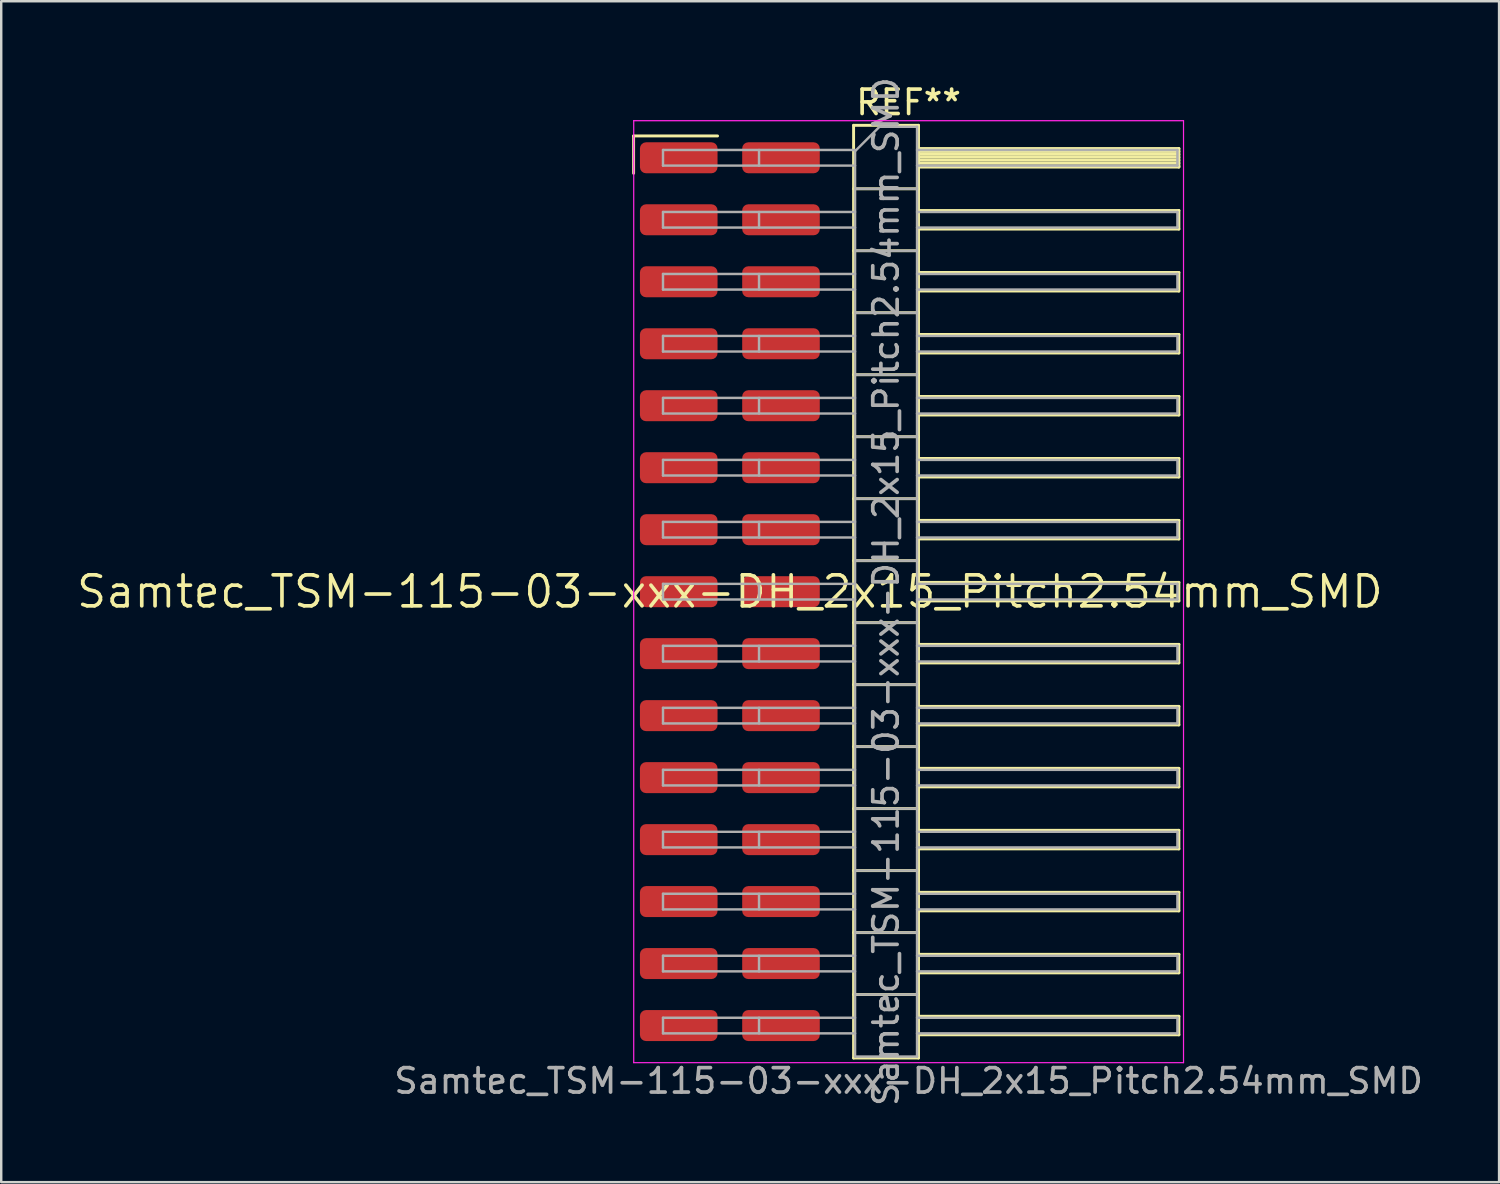
<source format=kicad_pcb>
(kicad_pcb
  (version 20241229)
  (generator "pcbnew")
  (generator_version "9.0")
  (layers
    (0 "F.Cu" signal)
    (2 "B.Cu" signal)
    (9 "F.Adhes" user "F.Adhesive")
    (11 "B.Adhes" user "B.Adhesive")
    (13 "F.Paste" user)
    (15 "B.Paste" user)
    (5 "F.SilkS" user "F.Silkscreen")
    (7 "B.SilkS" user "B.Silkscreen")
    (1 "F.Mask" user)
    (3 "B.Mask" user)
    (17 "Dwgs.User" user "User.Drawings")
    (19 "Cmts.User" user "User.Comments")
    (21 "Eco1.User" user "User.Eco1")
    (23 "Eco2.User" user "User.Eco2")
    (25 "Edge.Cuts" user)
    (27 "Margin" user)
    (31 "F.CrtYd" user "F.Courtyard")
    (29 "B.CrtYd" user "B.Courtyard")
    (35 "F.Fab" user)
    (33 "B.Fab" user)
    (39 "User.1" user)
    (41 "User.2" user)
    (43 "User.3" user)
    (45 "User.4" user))
  (footprint "Samtec_TSM-115-03-xxx-DH_2x15_Pitch2.54mm_SMD"
    (layer "F.Cu")
    (at 26.859 21.196)
    (property "Reference" "Samtec_TSM-115-03-xxx-DH_2x15_Pitch2.54mm_SMD" (at 0 0 0) (layer "F.SilkS") (effects (font (size 1.27 1.27) (thickness 0.15))))
    (attr smd)
    (fp_line (start -3.945 -18.675) (end -0.505 -18.675) (stroke (width 0.12) (type solid)) (layer "F.SilkS"))
    (fp_line (start -3.945 -17.145) (end -3.945 -18.675) (stroke (width 0.12) (type solid)) (layer "F.SilkS"))
    (fp_line (start 5.07 -19.11) (end 7.73 -19.11) (stroke (width 0.12) (type solid)) (layer "F.SilkS"))
    (fp_line (start 5.07 -16.51) (end 7.73 -16.51) (stroke (width 0.12) (type solid)) (layer "F.SilkS"))
    (fp_line (start 5.07 -13.97) (end 7.73 -13.97) (stroke (width 0.12) (type solid)) (layer "F.SilkS"))
    (fp_line (start 5.07 -11.43) (end 7.73 -11.43) (stroke (width 0.12) (type solid)) (layer "F.SilkS"))
    (fp_line (start 5.07 -8.89) (end 7.73 -8.89) (stroke (width 0.12) (type solid)) (layer "F.SilkS"))
    (fp_line (start 5.07 -6.35) (end 7.73 -6.35) (stroke (width 0.12) (type solid)) (layer "F.SilkS"))
    (fp_line (start 5.07 -3.81) (end 7.73 -3.81) (stroke (width 0.12) (type solid)) (layer "F.SilkS"))
    (fp_line (start 5.07 -1.27) (end 7.73 -1.27) (stroke (width 0.12) (type solid)) (layer "F.SilkS"))
    (fp_line (start 5.07 1.27) (end 7.73 1.27) (stroke (width 0.12) (type solid)) (layer "F.SilkS"))
    (fp_line (start 5.07 3.81) (end 7.73 3.81) (stroke (width 0.12) (type solid)) (layer "F.SilkS"))
    (fp_line (start 5.07 6.35) (end 7.73 6.35) (stroke (width 0.12) (type solid)) (layer "F.SilkS"))
    (fp_line (start 5.07 8.89) (end 7.73 8.89) (stroke (width 0.12) (type solid)) (layer "F.SilkS"))
    (fp_line (start 5.07 11.43) (end 7.73 11.43) (stroke (width 0.12) (type solid)) (layer "F.SilkS"))
    (fp_line (start 5.07 13.97) (end 7.73 13.97) (stroke (width 0.12) (type solid)) (layer "F.SilkS"))
    (fp_line (start 5.07 16.51) (end 7.73 16.51) (stroke (width 0.12) (type solid)) (layer "F.SilkS"))
    (fp_line (start 5.07 19.11) (end 5.07 -19.11) (stroke (width 0.12) (type solid)) (layer "F.SilkS"))
    (fp_line (start 7.73 -19.11) (end 7.73 19.11) (stroke (width 0.12) (type solid)) (layer "F.SilkS"))
    (fp_line (start 7.73 -18.16) (end 18.4 -18.16) (stroke (width 0.12) (type solid)) (layer "F.SilkS"))
    (fp_line (start 7.73 -18.04) (end 18.4 -18.04) (stroke (width 0.12) (type solid)) (layer "F.SilkS"))
    (fp_line (start 7.73 -17.92) (end 18.4 -17.92) (stroke (width 0.12) (type solid)) (layer "F.SilkS"))
    (fp_line (start 7.73 -17.8) (end 18.4 -17.8) (stroke (width 0.12) (type solid)) (layer "F.SilkS"))
    (fp_line (start 7.73 -17.68) (end 18.4 -17.68) (stroke (width 0.12) (type solid)) (layer "F.SilkS"))
    (fp_line (start 7.73 -17.56) (end 18.4 -17.56) (stroke (width 0.12) (type solid)) (layer "F.SilkS"))
    (fp_line (start 7.73 -17.44) (end 18.4 -17.44) (stroke (width 0.12) (type solid)) (layer "F.SilkS"))
    (fp_line (start 7.73 -17.4) (end 18.4 -17.4) (stroke (width 0.12) (type solid)) (layer "F.SilkS"))
    (fp_line (start 7.73 -15.62) (end 18.4 -15.62) (stroke (width 0.12) (type solid)) (layer "F.SilkS"))
    (fp_line (start 7.73 -14.86) (end 18.4 -14.86) (stroke (width 0.12) (type solid)) (layer "F.SilkS"))
    (fp_line (start 7.73 -13.08) (end 18.4 -13.08) (stroke (width 0.12) (type solid)) (layer "F.SilkS"))
    (fp_line (start 7.73 -12.32) (end 18.4 -12.32) (stroke (width 0.12) (type solid)) (layer "F.SilkS"))
    (fp_line (start 7.73 -10.54) (end 18.4 -10.54) (stroke (width 0.12) (type solid)) (layer "F.SilkS"))
    (fp_line (start 7.73 -9.78) (end 18.4 -9.78) (stroke (width 0.12) (type solid)) (layer "F.SilkS"))
    (fp_line (start 7.73 -8) (end 18.4 -8) (stroke (width 0.12) (type solid)) (layer "F.SilkS"))
    (fp_line (start 7.73 -7.24) (end 18.4 -7.24) (stroke (width 0.12) (type solid)) (layer "F.SilkS"))
    (fp_line (start 7.73 -5.46) (end 18.4 -5.46) (stroke (width 0.12) (type solid)) (layer "F.SilkS"))
    (fp_line (start 7.73 -4.7) (end 18.4 -4.7) (stroke (width 0.12) (type solid)) (layer "F.SilkS"))
    (fp_line (start 7.73 -2.92) (end 18.4 -2.92) (stroke (width 0.12) (type solid)) (layer "F.SilkS"))
    (fp_line (start 7.73 -2.16) (end 18.4 -2.16) (stroke (width 0.12) (type solid)) (layer "F.SilkS"))
    (fp_line (start 7.73 -0.38) (end 18.4 -0.38) (stroke (width 0.12) (type solid)) (layer "F.SilkS"))
    (fp_line (start 7.73 0.38) (end 18.4 0.38) (stroke (width 0.12) (type solid)) (layer "F.SilkS"))
    (fp_line (start 7.73 2.16) (end 18.4 2.16) (stroke (width 0.12) (type solid)) (layer "F.SilkS"))
    (fp_line (start 7.73 2.92) (end 18.4 2.92) (stroke (width 0.12) (type solid)) (layer "F.SilkS"))
    (fp_line (start 7.73 4.7) (end 18.4 4.7) (stroke (width 0.12) (type solid)) (layer "F.SilkS"))
    (fp_line (start 7.73 5.46) (end 18.4 5.46) (stroke (width 0.12) (type solid)) (layer "F.SilkS"))
    (fp_line (start 7.73 7.24) (end 18.4 7.24) (stroke (width 0.12) (type solid)) (layer "F.SilkS"))
    (fp_line (start 7.73 8) (end 18.4 8) (stroke (width 0.12) (type solid)) (layer "F.SilkS"))
    (fp_line (start 7.73 9.78) (end 18.4 9.78) (stroke (width 0.12) (type solid)) (layer "F.SilkS"))
    (fp_line (start 7.73 10.54) (end 18.4 10.54) (stroke (width 0.12) (type solid)) (layer "F.SilkS"))
    (fp_line (start 7.73 12.32) (end 18.4 12.32) (stroke (width 0.12) (type solid)) (layer "F.SilkS"))
    (fp_line (start 7.73 13.08) (end 18.4 13.08) (stroke (width 0.12) (type solid)) (layer "F.SilkS"))
    (fp_line (start 7.73 14.86) (end 18.4 14.86) (stroke (width 0.12) (type solid)) (layer "F.SilkS"))
    (fp_line (start 7.73 15.62) (end 18.4 15.62) (stroke (width 0.12) (type solid)) (layer "F.SilkS"))
    (fp_line (start 7.73 17.4) (end 18.4 17.4) (stroke (width 0.12) (type solid)) (layer "F.SilkS"))
    (fp_line (start 7.73 18.16) (end 18.4 18.16) (stroke (width 0.12) (type solid)) (layer "F.SilkS"))
    (fp_line (start 7.73 19.11) (end 5.07 19.11) (stroke (width 0.12) (type solid)) (layer "F.SilkS"))
    (fp_line (start 18.4 -18.16) (end 18.4 -17.4) (stroke (width 0.12) (type solid)) (layer "F.SilkS"))
    (fp_line (start 18.4 -15.62) (end 18.4 -14.86) (stroke (width 0.12) (type solid)) (layer "F.SilkS"))
    (fp_line (start 18.4 -13.08) (end 18.4 -12.32) (stroke (width 0.12) (type solid)) (layer "F.SilkS"))
    (fp_line (start 18.4 -10.54) (end 18.4 -9.78) (stroke (width 0.12) (type solid)) (layer "F.SilkS"))
    (fp_line (start 18.4 -8) (end 18.4 -7.24) (stroke (width 0.12) (type solid)) (layer "F.SilkS"))
    (fp_line (start 18.4 -5.46) (end 18.4 -4.7) (stroke (width 0.12) (type solid)) (layer "F.SilkS"))
    (fp_line (start 18.4 -2.92) (end 18.4 -2.16) (stroke (width 0.12) (type solid)) (layer "F.SilkS"))
    (fp_line (start 18.4 -0.38) (end 18.4 0.38) (stroke (width 0.12) (type solid)) (layer "F.SilkS"))
    (fp_line (start 18.4 2.16) (end 18.4 2.92) (stroke (width 0.12) (type solid)) (layer "F.SilkS"))
    (fp_line (start 18.4 4.7) (end 18.4 5.46) (stroke (width 0.12) (type solid)) (layer "F.SilkS"))
    (fp_line (start 18.4 7.24) (end 18.4 8) (stroke (width 0.12) (type solid)) (layer "F.SilkS"))
    (fp_line (start 18.4 9.78) (end 18.4 10.54) (stroke (width 0.12) (type solid)) (layer "F.SilkS"))
    (fp_line (start 18.4 12.32) (end 18.4 13.08) (stroke (width 0.12) (type solid)) (layer "F.SilkS"))
    (fp_line (start 18.4 14.86) (end 18.4 15.62) (stroke (width 0.12) (type solid)) (layer "F.SilkS"))
    (fp_line (start 18.4 17.4) (end 18.4 18.16) (stroke (width 0.12) (type solid)) (layer "F.SilkS"))
    (fp_line (start -3.94 -19.3) (end 18.59 -19.3) (stroke (width 0.05) (type solid)) (layer "F.CrtYd"))
    (fp_line (start -3.94 19.3) (end -3.94 -19.3) (stroke (width 0.05) (type solid)) (layer "F.CrtYd"))
    (fp_line (start 18.59 -19.3) (end 18.59 19.3) (stroke (width 0.05) (type solid)) (layer "F.CrtYd"))
    (fp_line (start 18.59 19.3) (end -3.94 19.3) (stroke (width 0.05) (type solid)) (layer "F.CrtYd"))
    (fp_line (start -2.74 -18.1) (end -2.74 -17.46) (stroke (width 0.1) (type solid)) (layer "F.Fab"))
    (fp_line (start -2.74 -18.1) (end 5.13 -18.1) (stroke (width 0.1) (type solid)) (layer "F.Fab"))
    (fp_line (start -2.74 -17.46) (end 5.13 -17.46) (stroke (width 0.1) (type solid)) (layer "F.Fab"))
    (fp_line (start -2.74 -15.56) (end -2.74 -14.92) (stroke (width 0.1) (type solid)) (layer "F.Fab"))
    (fp_line (start -2.74 -15.56) (end 5.13 -15.56) (stroke (width 0.1) (type solid)) (layer "F.Fab"))
    (fp_line (start -2.74 -14.92) (end 5.13 -14.92) (stroke (width 0.1) (type solid)) (layer "F.Fab"))
    (fp_line (start -2.74 -13.02) (end -2.74 -12.38) (stroke (width 0.1) (type solid)) (layer "F.Fab"))
    (fp_line (start -2.74 -13.02) (end 5.13 -13.02) (stroke (width 0.1) (type solid)) (layer "F.Fab"))
    (fp_line (start -2.74 -12.38) (end 5.13 -12.38) (stroke (width 0.1) (type solid)) (layer "F.Fab"))
    (fp_line (start -2.74 -10.48) (end -2.74 -9.84) (stroke (width 0.1) (type solid)) (layer "F.Fab"))
    (fp_line (start -2.74 -10.48) (end 5.13 -10.48) (stroke (width 0.1) (type solid)) (layer "F.Fab"))
    (fp_line (start -2.74 -9.84) (end 5.13 -9.84) (stroke (width 0.1) (type solid)) (layer "F.Fab"))
    (fp_line (start -2.74 -7.94) (end -2.74 -7.3) (stroke (width 0.1) (type solid)) (layer "F.Fab"))
    (fp_line (start -2.74 -7.94) (end 5.13 -7.94) (stroke (width 0.1) (type solid)) (layer "F.Fab"))
    (fp_line (start -2.74 -7.3) (end 5.13 -7.3) (stroke (width 0.1) (type solid)) (layer "F.Fab"))
    (fp_line (start -2.74 -5.4) (end -2.74 -4.76) (stroke (width 0.1) (type solid)) (layer "F.Fab"))
    (fp_line (start -2.74 -5.4) (end 5.13 -5.4) (stroke (width 0.1) (type solid)) (layer "F.Fab"))
    (fp_line (start -2.74 -4.76) (end 5.13 -4.76) (stroke (width 0.1) (type solid)) (layer "F.Fab"))
    (fp_line (start -2.74 -2.86) (end -2.74 -2.22) (stroke (width 0.1) (type solid)) (layer "F.Fab"))
    (fp_line (start -2.74 -2.86) (end 5.13 -2.86) (stroke (width 0.1) (type solid)) (layer "F.Fab"))
    (fp_line (start -2.74 -2.22) (end 5.13 -2.22) (stroke (width 0.1) (type solid)) (layer "F.Fab"))
    (fp_line (start -2.74 -0.32) (end -2.74 0.32) (stroke (width 0.1) (type solid)) (layer "F.Fab"))
    (fp_line (start -2.74 -0.32) (end 5.13 -0.32) (stroke (width 0.1) (type solid)) (layer "F.Fab"))
    (fp_line (start -2.74 0.32) (end 5.13 0.32) (stroke (width 0.1) (type solid)) (layer "F.Fab"))
    (fp_line (start -2.74 2.22) (end -2.74 2.86) (stroke (width 0.1) (type solid)) (layer "F.Fab"))
    (fp_line (start -2.74 2.22) (end 5.13 2.22) (stroke (width 0.1) (type solid)) (layer "F.Fab"))
    (fp_line (start -2.74 2.86) (end 5.13 2.86) (stroke (width 0.1) (type solid)) (layer "F.Fab"))
    (fp_line (start -2.74 4.76) (end -2.74 5.4) (stroke (width 0.1) (type solid)) (layer "F.Fab"))
    (fp_line (start -2.74 4.76) (end 5.13 4.76) (stroke (width 0.1) (type solid)) (layer "F.Fab"))
    (fp_line (start -2.74 5.4) (end 5.13 5.4) (stroke (width 0.1) (type solid)) (layer "F.Fab"))
    (fp_line (start -2.74 7.3) (end -2.74 7.94) (stroke (width 0.1) (type solid)) (layer "F.Fab"))
    (fp_line (start -2.74 7.3) (end 5.13 7.3) (stroke (width 0.1) (type solid)) (layer "F.Fab"))
    (fp_line (start -2.74 7.94) (end 5.13 7.94) (stroke (width 0.1) (type solid)) (layer "F.Fab"))
    (fp_line (start -2.74 9.84) (end -2.74 10.48) (stroke (width 0.1) (type solid)) (layer "F.Fab"))
    (fp_line (start -2.74 9.84) (end 5.13 9.84) (stroke (width 0.1) (type solid)) (layer "F.Fab"))
    (fp_line (start -2.74 10.48) (end 5.13 10.48) (stroke (width 0.1) (type solid)) (layer "F.Fab"))
    (fp_line (start -2.74 12.38) (end -2.74 13.02) (stroke (width 0.1) (type solid)) (layer "F.Fab"))
    (fp_line (start -2.74 12.38) (end 5.13 12.38) (stroke (width 0.1) (type solid)) (layer "F.Fab"))
    (fp_line (start -2.74 13.02) (end 5.13 13.02) (stroke (width 0.1) (type solid)) (layer "F.Fab"))
    (fp_line (start -2.74 14.92) (end -2.74 15.56) (stroke (width 0.1) (type solid)) (layer "F.Fab"))
    (fp_line (start -2.74 14.92) (end 5.13 14.92) (stroke (width 0.1) (type solid)) (layer "F.Fab"))
    (fp_line (start -2.74 15.56) (end 5.13 15.56) (stroke (width 0.1) (type solid)) (layer "F.Fab"))
    (fp_line (start -2.74 17.46) (end -2.74 18.1) (stroke (width 0.1) (type solid)) (layer "F.Fab"))
    (fp_line (start -2.74 17.46) (end 5.13 17.46) (stroke (width 0.1) (type solid)) (layer "F.Fab"))
    (fp_line (start -2.74 18.1) (end 5.13 18.1) (stroke (width 0.1) (type solid)) (layer "F.Fab"))
    (fp_line (start 1.195 -18.1) (end 1.195 -17.46) (stroke (width 0.1) (type solid)) (layer "F.Fab"))
    (fp_line (start 1.195 -15.56) (end 1.195 -14.92) (stroke (width 0.1) (type solid)) (layer "F.Fab"))
    (fp_line (start 1.195 -13.02) (end 1.195 -12.38) (stroke (width 0.1) (type solid)) (layer "F.Fab"))
    (fp_line (start 1.195 -10.48) (end 1.195 -9.84) (stroke (width 0.1) (type solid)) (layer "F.Fab"))
    (fp_line (start 1.195 -7.94) (end 1.195 -7.3) (stroke (width 0.1) (type solid)) (layer "F.Fab"))
    (fp_line (start 1.195 -5.4) (end 1.195 -4.76) (stroke (width 0.1) (type solid)) (layer "F.Fab"))
    (fp_line (start 1.195 -2.86) (end 1.195 -2.22) (stroke (width 0.1) (type solid)) (layer "F.Fab"))
    (fp_line (start 1.195 -0.32) (end 1.195 0.32) (stroke (width 0.1) (type solid)) (layer "F.Fab"))
    (fp_line (start 1.195 2.22) (end 1.195 2.86) (stroke (width 0.1) (type solid)) (layer "F.Fab"))
    (fp_line (start 1.195 4.76) (end 1.195 5.4) (stroke (width 0.1) (type solid)) (layer "F.Fab"))
    (fp_line (start 1.195 7.3) (end 1.195 7.94) (stroke (width 0.1) (type solid)) (layer "F.Fab"))
    (fp_line (start 1.195 9.84) (end 1.195 10.48) (stroke (width 0.1) (type solid)) (layer "F.Fab"))
    (fp_line (start 1.195 12.38) (end 1.195 13.02) (stroke (width 0.1) (type solid)) (layer "F.Fab"))
    (fp_line (start 1.195 14.92) (end 1.195 15.56) (stroke (width 0.1) (type solid)) (layer "F.Fab"))
    (fp_line (start 1.195 17.46) (end 1.195 18.1) (stroke (width 0.1) (type solid)) (layer "F.Fab"))
    (fp_line (start 5.13 -18.05) (end 6.13 -19.05) (stroke (width 0.1) (type solid)) (layer "F.Fab"))
    (fp_line (start 5.13 -16.51) (end 7.67 -16.51) (stroke (width 0.1) (type solid)) (layer "F.Fab"))
    (fp_line (start 5.13 -13.97) (end 7.67 -13.97) (stroke (width 0.1) (type solid)) (layer "F.Fab"))
    (fp_line (start 5.13 -11.43) (end 7.67 -11.43) (stroke (width 0.1) (type solid)) (layer "F.Fab"))
    (fp_line (start 5.13 -8.89) (end 7.67 -8.89) (stroke (width 0.1) (type solid)) (layer "F.Fab"))
    (fp_line (start 5.13 -6.35) (end 7.67 -6.35) (stroke (width 0.1) (type solid)) (layer "F.Fab"))
    (fp_line (start 5.13 -3.81) (end 7.67 -3.81) (stroke (width 0.1) (type solid)) (layer "F.Fab"))
    (fp_line (start 5.13 -1.27) (end 7.67 -1.27) (stroke (width 0.1) (type solid)) (layer "F.Fab"))
    (fp_line (start 5.13 1.27) (end 7.67 1.27) (stroke (width 0.1) (type solid)) (layer "F.Fab"))
    (fp_line (start 5.13 3.81) (end 7.67 3.81) (stroke (width 0.1) (type solid)) (layer "F.Fab"))
    (fp_line (start 5.13 6.35) (end 7.67 6.35) (stroke (width 0.1) (type solid)) (layer "F.Fab"))
    (fp_line (start 5.13 8.89) (end 7.67 8.89) (stroke (width 0.1) (type solid)) (layer "F.Fab"))
    (fp_line (start 5.13 11.43) (end 7.67 11.43) (stroke (width 0.1) (type solid)) (layer "F.Fab"))
    (fp_line (start 5.13 13.97) (end 7.67 13.97) (stroke (width 0.1) (type solid)) (layer "F.Fab"))
    (fp_line (start 5.13 16.51) (end 7.67 16.51) (stroke (width 0.1) (type solid)) (layer "F.Fab"))
    (fp_line (start 5.13 19.05) (end 5.13 -18.05) (stroke (width 0.1) (type solid)) (layer "F.Fab"))
    (fp_line (start 6.13 -19.05) (end 7.67 -19.05) (stroke (width 0.1) (type solid)) (layer "F.Fab"))
    (fp_line (start 7.67 -19.05) (end 7.67 19.05) (stroke (width 0.1) (type solid)) (layer "F.Fab"))
    (fp_line (start 7.67 -18.1) (end 18.34 -18.1) (stroke (width 0.1) (type solid)) (layer "F.Fab"))
    (fp_line (start 7.67 -17.46) (end 18.34 -17.46) (stroke (width 0.1) (type solid)) (layer "F.Fab"))
    (fp_line (start 7.67 -15.56) (end 18.34 -15.56) (stroke (width 0.1) (type solid)) (layer "F.Fab"))
    (fp_line (start 7.67 -14.92) (end 18.34 -14.92) (stroke (width 0.1) (type solid)) (layer "F.Fab"))
    (fp_line (start 7.67 -13.02) (end 18.34 -13.02) (stroke (width 0.1) (type solid)) (layer "F.Fab"))
    (fp_line (start 7.67 -12.38) (end 18.34 -12.38) (stroke (width 0.1) (type solid)) (layer "F.Fab"))
    (fp_line (start 7.67 -10.48) (end 18.34 -10.48) (stroke (width 0.1) (type solid)) (layer "F.Fab"))
    (fp_line (start 7.67 -9.84) (end 18.34 -9.84) (stroke (width 0.1) (type solid)) (layer "F.Fab"))
    (fp_line (start 7.67 -7.94) (end 18.34 -7.94) (stroke (width 0.1) (type solid)) (layer "F.Fab"))
    (fp_line (start 7.67 -7.3) (end 18.34 -7.3) (stroke (width 0.1) (type solid)) (layer "F.Fab"))
    (fp_line (start 7.67 -5.4) (end 18.34 -5.4) (stroke (width 0.1) (type solid)) (layer "F.Fab"))
    (fp_line (start 7.67 -4.76) (end 18.34 -4.76) (stroke (width 0.1) (type solid)) (layer "F.Fab"))
    (fp_line (start 7.67 -2.86) (end 18.34 -2.86) (stroke (width 0.1) (type solid)) (layer "F.Fab"))
    (fp_line (start 7.67 -2.22) (end 18.34 -2.22) (stroke (width 0.1) (type solid)) (layer "F.Fab"))
    (fp_line (start 7.67 -0.32) (end 18.34 -0.32) (stroke (width 0.1) (type solid)) (layer "F.Fab"))
    (fp_line (start 7.67 0.32) (end 18.34 0.32) (stroke (width 0.1) (type solid)) (layer "F.Fab"))
    (fp_line (start 7.67 2.22) (end 18.34 2.22) (stroke (width 0.1) (type solid)) (layer "F.Fab"))
    (fp_line (start 7.67 2.86) (end 18.34 2.86) (stroke (width 0.1) (type solid)) (layer "F.Fab"))
    (fp_line (start 7.67 4.76) (end 18.34 4.76) (stroke (width 0.1) (type solid)) (layer "F.Fab"))
    (fp_line (start 7.67 5.4) (end 18.34 5.4) (stroke (width 0.1) (type solid)) (layer "F.Fab"))
    (fp_line (start 7.67 7.3) (end 18.34 7.3) (stroke (width 0.1) (type solid)) (layer "F.Fab"))
    (fp_line (start 7.67 7.94) (end 18.34 7.94) (stroke (width 0.1) (type solid)) (layer "F.Fab"))
    (fp_line (start 7.67 9.84) (end 18.34 9.84) (stroke (width 0.1) (type solid)) (layer "F.Fab"))
    (fp_line (start 7.67 10.48) (end 18.34 10.48) (stroke (width 0.1) (type solid)) (layer "F.Fab"))
    (fp_line (start 7.67 12.38) (end 18.34 12.38) (stroke (width 0.1) (type solid)) (layer "F.Fab"))
    (fp_line (start 7.67 13.02) (end 18.34 13.02) (stroke (width 0.1) (type solid)) (layer "F.Fab"))
    (fp_line (start 7.67 14.92) (end 18.34 14.92) (stroke (width 0.1) (type solid)) (layer "F.Fab"))
    (fp_line (start 7.67 15.56) (end 18.34 15.56) (stroke (width 0.1) (type solid)) (layer "F.Fab"))
    (fp_line (start 7.67 17.46) (end 18.34 17.46) (stroke (width 0.1) (type solid)) (layer "F.Fab"))
    (fp_line (start 7.67 18.1) (end 18.34 18.1) (stroke (width 0.1) (type solid)) (layer "F.Fab"))
    (fp_line (start 7.67 19.05) (end 5.13 19.05) (stroke (width 0.1) (type solid)) (layer "F.Fab"))
    (fp_line (start 18.34 -18.1) (end 18.34 -17.46) (stroke (width 0.1) (type solid)) (layer "F.Fab"))
    (fp_line (start 18.34 -15.56) (end 18.34 -14.92) (stroke (width 0.1) (type solid)) (layer "F.Fab"))
    (fp_line (start 18.34 -13.02) (end 18.34 -12.38) (stroke (width 0.1) (type solid)) (layer "F.Fab"))
    (fp_line (start 18.34 -10.48) (end 18.34 -9.84) (stroke (width 0.1) (type solid)) (layer "F.Fab"))
    (fp_line (start 18.34 -7.94) (end 18.34 -7.3) (stroke (width 0.1) (type solid)) (layer "F.Fab"))
    (fp_line (start 18.34 -5.4) (end 18.34 -4.76) (stroke (width 0.1) (type solid)) (layer "F.Fab"))
    (fp_line (start 18.34 -2.86) (end 18.34 -2.22) (stroke (width 0.1) (type solid)) (layer "F.Fab"))
    (fp_line (start 18.34 -0.32) (end 18.34 0.32) (stroke (width 0.1) (type solid)) (layer "F.Fab"))
    (fp_line (start 18.34 2.22) (end 18.34 2.86) (stroke (width 0.1) (type solid)) (layer "F.Fab"))
    (fp_line (start 18.34 4.76) (end 18.34 5.4) (stroke (width 0.1) (type solid)) (layer "F.Fab"))
    (fp_line (start 18.34 7.3) (end 18.34 7.94) (stroke (width 0.1) (type solid)) (layer "F.Fab"))
    (fp_line (start 18.34 9.84) (end 18.34 10.48) (stroke (width 0.1) (type solid)) (layer "F.Fab"))
    (fp_line (start 18.34 12.38) (end 18.34 13.02) (stroke (width 0.1) (type solid)) (layer "F.Fab"))
    (fp_line (start 18.34 14.92) (end 18.34 15.56) (stroke (width 0.1) (type solid)) (layer "F.Fab"))
    (fp_line (start 18.34 17.46) (end 18.34 18.1) (stroke (width 0.1) (type solid)) (layer "F.Fab"))
    (fp_text user "REF**" (at 7.325 -20.05 0) (layer "F.SilkS") (effects (font (size 1 1) (thickness 0.15))))
    (fp_text user "Samtec_TSM-115-03-xxx-DH_2x15_Pitch2.54mm_SMD" (at 7.325 20.05 0) (layer "F.Fab") (effects (font (size 1 1) (thickness 0.15))))
    (fp_text user "${REFERENCE}" (at 6.4 0 90) (layer "F.Fab") (effects (font (size 1 1) (thickness 0.15))))
    (pad "1" smd roundrect (at -2.095 -17.78) (size 3.18 1.27) (layers "F.Cu" "F.Mask" "F.Paste") (roundrect_rratio 0.197))
    (pad "2" smd roundrect (at 2.095 -17.78) (size 3.18 1.27) (layers "F.Cu" "F.Mask" "F.Paste") (roundrect_rratio 0.197))
    (pad "3" smd roundrect (at -2.095 -15.24) (size 3.18 1.27) (layers "F.Cu" "F.Mask" "F.Paste") (roundrect_rratio 0.197))
    (pad "4" smd roundrect (at 2.095 -15.24) (size 3.18 1.27) (layers "F.Cu" "F.Mask" "F.Paste") (roundrect_rratio 0.197))
    (pad "5" smd roundrect (at -2.095 -12.7) (size 3.18 1.27) (layers "F.Cu" "F.Mask" "F.Paste") (roundrect_rratio 0.197))
    (pad "6" smd roundrect (at 2.095 -12.7) (size 3.18 1.27) (layers "F.Cu" "F.Mask" "F.Paste") (roundrect_rratio 0.197))
    (pad "7" smd roundrect (at -2.095 -10.16) (size 3.18 1.27) (layers "F.Cu" "F.Mask" "F.Paste") (roundrect_rratio 0.197))
    (pad "8" smd roundrect (at 2.095 -10.16) (size 3.18 1.27) (layers "F.Cu" "F.Mask" "F.Paste") (roundrect_rratio 0.197))
    (pad "9" smd roundrect (at -2.095 -7.62) (size 3.18 1.27) (layers "F.Cu" "F.Mask" "F.Paste") (roundrect_rratio 0.197))
    (pad "10" smd roundrect (at 2.095 -7.62) (size 3.18 1.27) (layers "F.Cu" "F.Mask" "F.Paste") (roundrect_rratio 0.197))
    (pad "11" smd roundrect (at -2.095 -5.08) (size 3.18 1.27) (layers "F.Cu" "F.Mask" "F.Paste") (roundrect_rratio 0.197))
    (pad "12" smd roundrect (at 2.095 -5.08) (size 3.18 1.27) (layers "F.Cu" "F.Mask" "F.Paste") (roundrect_rratio 0.197))
    (pad "13" smd roundrect (at -2.095 -2.54) (size 3.18 1.27) (layers "F.Cu" "F.Mask" "F.Paste") (roundrect_rratio 0.197))
    (pad "14" smd roundrect (at 2.095 -2.54) (size 3.18 1.27) (layers "F.Cu" "F.Mask" "F.Paste") (roundrect_rratio 0.197))
    (pad "15" smd roundrect (at -2.095 0) (size 3.18 1.27) (layers "F.Cu" "F.Mask" "F.Paste") (roundrect_rratio 0.197))
    (pad "16" smd roundrect (at 2.095 0) (size 3.18 1.27) (layers "F.Cu" "F.Mask" "F.Paste") (roundrect_rratio 0.197))
    (pad "17" smd roundrect (at -2.095 2.54) (size 3.18 1.27) (layers "F.Cu" "F.Mask" "F.Paste") (roundrect_rratio 0.197))
    (pad "18" smd roundrect (at 2.095 2.54) (size 3.18 1.27) (layers "F.Cu" "F.Mask" "F.Paste") (roundrect_rratio 0.197))
    (pad "19" smd roundrect (at -2.095 5.08) (size 3.18 1.27) (layers "F.Cu" "F.Mask" "F.Paste") (roundrect_rratio 0.197))
    (pad "20" smd roundrect (at 2.095 5.08) (size 3.18 1.27) (layers "F.Cu" "F.Mask" "F.Paste") (roundrect_rratio 0.197))
    (pad "21" smd roundrect (at -2.095 7.62) (size 3.18 1.27) (layers "F.Cu" "F.Mask" "F.Paste") (roundrect_rratio 0.197))
    (pad "22" smd roundrect (at 2.095 7.62) (size 3.18 1.27) (layers "F.Cu" "F.Mask" "F.Paste") (roundrect_rratio 0.197))
    (pad "23" smd roundrect (at -2.095 10.16) (size 3.18 1.27) (layers "F.Cu" "F.Mask" "F.Paste") (roundrect_rratio 0.197))
    (pad "24" smd roundrect (at 2.095 10.16) (size 3.18 1.27) (layers "F.Cu" "F.Mask" "F.Paste") (roundrect_rratio 0.197))
    (pad "25" smd roundrect (at -2.095 12.7) (size 3.18 1.27) (layers "F.Cu" "F.Mask" "F.Paste") (roundrect_rratio 0.197))
    (pad "26" smd roundrect (at 2.095 12.7) (size 3.18 1.27) (layers "F.Cu" "F.Mask" "F.Paste") (roundrect_rratio 0.197))
    (pad "27" smd roundrect (at -2.095 15.24) (size 3.18 1.27) (layers "F.Cu" "F.Mask" "F.Paste") (roundrect_rratio 0.197))
    (pad "28" smd roundrect (at 2.095 15.24) (size 3.18 1.27) (layers "F.Cu" "F.Mask" "F.Paste") (roundrect_rratio 0.197))
    (pad "29" smd roundrect (at -2.095 17.78) (size 3.18 1.27) (layers "F.Cu" "F.Mask" "F.Paste") (roundrect_rratio 0.197))
    (pad "30" smd roundrect (at 2.095 17.78) (size 3.18 1.27) (layers "F.Cu" "F.Mask" "F.Paste") (roundrect_rratio 0.197)))
  (gr_rect
    (start -3 -3)
    (end 58.38 45.393)
    (stroke (width 0.1) (type default))
    (fill no)
    (layer "Edge.Cuts")))
</source>
